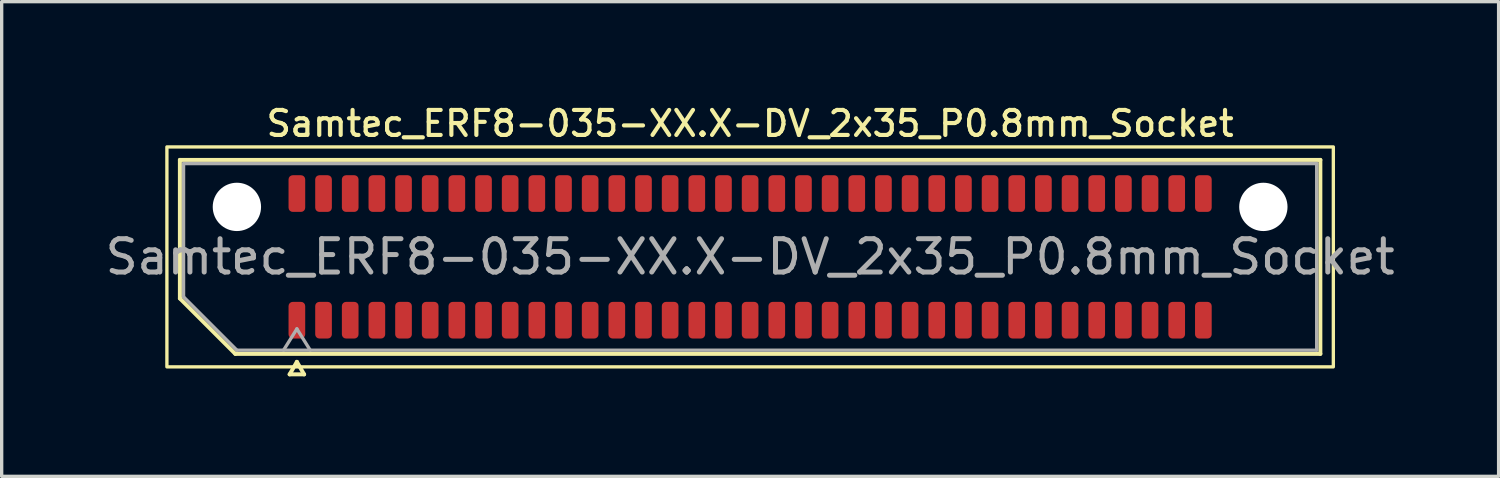
<source format=kicad_pcb>
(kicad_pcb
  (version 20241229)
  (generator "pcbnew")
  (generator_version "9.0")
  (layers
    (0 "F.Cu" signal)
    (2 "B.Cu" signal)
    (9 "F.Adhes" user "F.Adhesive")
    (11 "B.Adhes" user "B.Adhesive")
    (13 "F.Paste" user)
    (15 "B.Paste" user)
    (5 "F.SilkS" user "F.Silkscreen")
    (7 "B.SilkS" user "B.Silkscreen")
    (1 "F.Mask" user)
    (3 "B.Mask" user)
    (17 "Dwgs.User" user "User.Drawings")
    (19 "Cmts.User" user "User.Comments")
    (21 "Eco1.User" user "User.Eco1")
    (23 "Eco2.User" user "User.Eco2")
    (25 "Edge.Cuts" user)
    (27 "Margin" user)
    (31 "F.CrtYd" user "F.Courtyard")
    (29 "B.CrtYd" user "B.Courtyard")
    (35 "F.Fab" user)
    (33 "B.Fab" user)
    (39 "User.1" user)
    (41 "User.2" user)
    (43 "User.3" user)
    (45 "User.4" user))
  (footprint "Samtec_ERF8-035-XX.X-DV_2x35_P0.8mm_Socket"
    (layer "F.Cu")
    (at 19.458 4.658)
    (property "Reference" "Samtec_ERF8-035-XX.X-DV_2x35_P0.8mm_Socket" (at 0 -4 0) (layer "F.SilkS") (effects (font (size 0.75 0.75) (thickness 0.125))))
    (attr smd)
    (fp_line (start -17.11 -2.91) (end 17.11 -2.91) (stroke (width 0.12) (type solid)) (layer "F.SilkS"))
    (fp_line (start -17.11 1.246) (end -17.11 -2.91) (stroke (width 0.12) (type solid)) (layer "F.SilkS"))
    (fp_line (start -15.446 2.91) (end -17.11 1.246) (stroke (width 0.12) (type solid)) (layer "F.SilkS"))
    (fp_line (start -13.817 3.525) (end -13.6 3.15) (stroke (width 0.12) (type solid)) (layer "F.SilkS"))
    (fp_line (start -13.6 3.15) (end -13.383 3.525) (stroke (width 0.12) (type solid)) (layer "F.SilkS"))
    (fp_line (start -13.383 3.525) (end -13.817 3.525) (stroke (width 0.12) (type solid)) (layer "F.SilkS"))
    (fp_line (start 17.11 -2.91) (end 17.11 2.91) (stroke (width 0.12) (type solid)) (layer "F.SilkS"))
    (fp_line (start 17.11 2.91) (end -15.446 2.91) (stroke (width 0.12) (type solid)) (layer "F.SilkS"))
    (fp_rect (start -17.5 -3.3) (end 17.5 3.3) (stroke (width 0.1) (type solid)) (fill no) (layer "F.SilkS"))
    (fp_line (start -17 -2.8) (end 17 -2.8) (stroke (width 0.1) (type solid)) (layer "F.Fab"))
    (fp_line (start -17 1.2) (end -17 -2.8) (stroke (width 0.1) (type solid)) (layer "F.Fab"))
    (fp_line (start -15.4 2.8) (end -17 1.2) (stroke (width 0.1) (type solid)) (layer "F.Fab"))
    (fp_line (start -14 2.8) (end -13.6 2.16) (stroke (width 0.1) (type solid)) (layer "F.Fab"))
    (fp_line (start -13.6 2.16) (end -13.2 2.8) (stroke (width 0.1) (type solid)) (layer "F.Fab"))
    (fp_line (start 17 -2.8) (end 17 2.8) (stroke (width 0.1) (type solid)) (layer "F.Fab"))
    (fp_line (start 17 2.8) (end -15.4 2.8) (stroke (width 0.1) (type solid)) (layer "F.Fab"))
    (fp_text user "${REFERENCE}" (at 0 0 0) (layer "F.Fab") (effects (font (size 1 1) (thickness 0.15))))
    (pad "" np_thru_hole circle (at -15.4 -1.5) (size 1.45 1.45) (drill 1.45) (layers "*.Cu" "*.Mask"))
    (pad "" np_thru_hole circle (at 15.4 -1.5) (size 1.45 1.45) (drill 1.45) (layers "*.Cu" "*.Mask"))
    (pad "1" smd roundrect (at -13.6 1.9) (size 0.5 1.1) (layers "F.Cu" "F.Mask" "F.Paste") (roundrect_rratio 0.25))
    (pad "2" smd roundrect (at -13.6 -1.9) (size 0.5 1.1) (layers "F.Cu" "F.Mask" "F.Paste") (roundrect_rratio 0.25))
    (pad "3" smd roundrect (at -12.8 1.9) (size 0.5 1.1) (layers "F.Cu" "F.Mask" "F.Paste") (roundrect_rratio 0.25))
    (pad "4" smd roundrect (at -12.8 -1.9) (size 0.5 1.1) (layers "F.Cu" "F.Mask" "F.Paste") (roundrect_rratio 0.25))
    (pad "5" smd roundrect (at -12 1.9) (size 0.5 1.1) (layers "F.Cu" "F.Mask" "F.Paste") (roundrect_rratio 0.25))
    (pad "6" smd roundrect (at -12 -1.9) (size 0.5 1.1) (layers "F.Cu" "F.Mask" "F.Paste") (roundrect_rratio 0.25))
    (pad "7" smd roundrect (at -11.2 1.9) (size 0.5 1.1) (layers "F.Cu" "F.Mask" "F.Paste") (roundrect_rratio 0.25))
    (pad "8" smd roundrect (at -11.2 -1.9) (size 0.5 1.1) (layers "F.Cu" "F.Mask" "F.Paste") (roundrect_rratio 0.25))
    (pad "9" smd roundrect (at -10.4 1.9) (size 0.5 1.1) (layers "F.Cu" "F.Mask" "F.Paste") (roundrect_rratio 0.25))
    (pad "10" smd roundrect (at -10.4 -1.9) (size 0.5 1.1) (layers "F.Cu" "F.Mask" "F.Paste") (roundrect_rratio 0.25))
    (pad "11" smd roundrect (at -9.6 1.9) (size 0.5 1.1) (layers "F.Cu" "F.Mask" "F.Paste") (roundrect_rratio 0.25))
    (pad "12" smd roundrect (at -9.6 -1.9) (size 0.5 1.1) (layers "F.Cu" "F.Mask" "F.Paste") (roundrect_rratio 0.25))
    (pad "13" smd roundrect (at -8.8 1.9) (size 0.5 1.1) (layers "F.Cu" "F.Mask" "F.Paste") (roundrect_rratio 0.25))
    (pad "14" smd roundrect (at -8.8 -1.9) (size 0.5 1.1) (layers "F.Cu" "F.Mask" "F.Paste") (roundrect_rratio 0.25))
    (pad "15" smd roundrect (at -8 1.9) (size 0.5 1.1) (layers "F.Cu" "F.Mask" "F.Paste") (roundrect_rratio 0.25))
    (pad "16" smd roundrect (at -8 -1.9) (size 0.5 1.1) (layers "F.Cu" "F.Mask" "F.Paste") (roundrect_rratio 0.25))
    (pad "17" smd roundrect (at -7.2 1.9) (size 0.5 1.1) (layers "F.Cu" "F.Mask" "F.Paste") (roundrect_rratio 0.25))
    (pad "18" smd roundrect (at -7.2 -1.9) (size 0.5 1.1) (layers "F.Cu" "F.Mask" "F.Paste") (roundrect_rratio 0.25))
    (pad "19" smd roundrect (at -6.4 1.9) (size 0.5 1.1) (layers "F.Cu" "F.Mask" "F.Paste") (roundrect_rratio 0.25))
    (pad "20" smd roundrect (at -6.4 -1.9) (size 0.5 1.1) (layers "F.Cu" "F.Mask" "F.Paste") (roundrect_rratio 0.25))
    (pad "21" smd roundrect (at -5.6 1.9) (size 0.5 1.1) (layers "F.Cu" "F.Mask" "F.Paste") (roundrect_rratio 0.25))
    (pad "22" smd roundrect (at -5.6 -1.9) (size 0.5 1.1) (layers "F.Cu" "F.Mask" "F.Paste") (roundrect_rratio 0.25))
    (pad "23" smd roundrect (at -4.8 1.9) (size 0.5 1.1) (layers "F.Cu" "F.Mask" "F.Paste") (roundrect_rratio 0.25))
    (pad "24" smd roundrect (at -4.8 -1.9) (size 0.5 1.1) (layers "F.Cu" "F.Mask" "F.Paste") (roundrect_rratio 0.25))
    (pad "25" smd roundrect (at -4 1.9) (size 0.5 1.1) (layers "F.Cu" "F.Mask" "F.Paste") (roundrect_rratio 0.25))
    (pad "26" smd roundrect (at -4 -1.9) (size 0.5 1.1) (layers "F.Cu" "F.Mask" "F.Paste") (roundrect_rratio 0.25))
    (pad "27" smd roundrect (at -3.2 1.9) (size 0.5 1.1) (layers "F.Cu" "F.Mask" "F.Paste") (roundrect_rratio 0.25))
    (pad "28" smd roundrect (at -3.2 -1.9) (size 0.5 1.1) (layers "F.Cu" "F.Mask" "F.Paste") (roundrect_rratio 0.25))
    (pad "29" smd roundrect (at -2.4 1.9) (size 0.5 1.1) (layers "F.Cu" "F.Mask" "F.Paste") (roundrect_rratio 0.25))
    (pad "30" smd roundrect (at -2.4 -1.9) (size 0.5 1.1) (layers "F.Cu" "F.Mask" "F.Paste") (roundrect_rratio 0.25))
    (pad "31" smd roundrect (at -1.6 1.9) (size 0.5 1.1) (layers "F.Cu" "F.Mask" "F.Paste") (roundrect_rratio 0.25))
    (pad "32" smd roundrect (at -1.6 -1.9) (size 0.5 1.1) (layers "F.Cu" "F.Mask" "F.Paste") (roundrect_rratio 0.25))
    (pad "33" smd roundrect (at -0.8 1.9) (size 0.5 1.1) (layers "F.Cu" "F.Mask" "F.Paste") (roundrect_rratio 0.25))
    (pad "34" smd roundrect (at -0.8 -1.9) (size 0.5 1.1) (layers "F.Cu" "F.Mask" "F.Paste") (roundrect_rratio 0.25))
    (pad "35" smd roundrect (at 0 1.9) (size 0.5 1.1) (layers "F.Cu" "F.Mask" "F.Paste") (roundrect_rratio 0.25))
    (pad "36" smd roundrect (at 0 -1.9) (size 0.5 1.1) (layers "F.Cu" "F.Mask" "F.Paste") (roundrect_rratio 0.25))
    (pad "37" smd roundrect (at 0.8 1.9) (size 0.5 1.1) (layers "F.Cu" "F.Mask" "F.Paste") (roundrect_rratio 0.25))
    (pad "38" smd roundrect (at 0.8 -1.9) (size 0.5 1.1) (layers "F.Cu" "F.Mask" "F.Paste") (roundrect_rratio 0.25))
    (pad "39" smd roundrect (at 1.6 1.9) (size 0.5 1.1) (layers "F.Cu" "F.Mask" "F.Paste") (roundrect_rratio 0.25))
    (pad "40" smd roundrect (at 1.6 -1.9) (size 0.5 1.1) (layers "F.Cu" "F.Mask" "F.Paste") (roundrect_rratio 0.25))
    (pad "41" smd roundrect (at 2.4 1.9) (size 0.5 1.1) (layers "F.Cu" "F.Mask" "F.Paste") (roundrect_rratio 0.25))
    (pad "42" smd roundrect (at 2.4 -1.9) (size 0.5 1.1) (layers "F.Cu" "F.Mask" "F.Paste") (roundrect_rratio 0.25))
    (pad "43" smd roundrect (at 3.2 1.9) (size 0.5 1.1) (layers "F.Cu" "F.Mask" "F.Paste") (roundrect_rratio 0.25))
    (pad "44" smd roundrect (at 3.2 -1.9) (size 0.5 1.1) (layers "F.Cu" "F.Mask" "F.Paste") (roundrect_rratio 0.25))
    (pad "45" smd roundrect (at 4 1.9) (size 0.5 1.1) (layers "F.Cu" "F.Mask" "F.Paste") (roundrect_rratio 0.25))
    (pad "46" smd roundrect (at 4 -1.9) (size 0.5 1.1) (layers "F.Cu" "F.Mask" "F.Paste") (roundrect_rratio 0.25))
    (pad "47" smd roundrect (at 4.8 1.9) (size 0.5 1.1) (layers "F.Cu" "F.Mask" "F.Paste") (roundrect_rratio 0.25))
    (pad "48" smd roundrect (at 4.8 -1.9) (size 0.5 1.1) (layers "F.Cu" "F.Mask" "F.Paste") (roundrect_rratio 0.25))
    (pad "49" smd roundrect (at 5.6 1.9) (size 0.5 1.1) (layers "F.Cu" "F.Mask" "F.Paste") (roundrect_rratio 0.25))
    (pad "50" smd roundrect (at 5.6 -1.9) (size 0.5 1.1) (layers "F.Cu" "F.Mask" "F.Paste") (roundrect_rratio 0.25))
    (pad "51" smd roundrect (at 6.4 1.9) (size 0.5 1.1) (layers "F.Cu" "F.Mask" "F.Paste") (roundrect_rratio 0.25))
    (pad "52" smd roundrect (at 6.4 -1.9) (size 0.5 1.1) (layers "F.Cu" "F.Mask" "F.Paste") (roundrect_rratio 0.25))
    (pad "53" smd roundrect (at 7.2 1.9) (size 0.5 1.1) (layers "F.Cu" "F.Mask" "F.Paste") (roundrect_rratio 0.25))
    (pad "54" smd roundrect (at 7.2 -1.9) (size 0.5 1.1) (layers "F.Cu" "F.Mask" "F.Paste") (roundrect_rratio 0.25))
    (pad "55" smd roundrect (at 8 1.9) (size 0.5 1.1) (layers "F.Cu" "F.Mask" "F.Paste") (roundrect_rratio 0.25))
    (pad "56" smd roundrect (at 8 -1.9) (size 0.5 1.1) (layers "F.Cu" "F.Mask" "F.Paste") (roundrect_rratio 0.25))
    (pad "57" smd roundrect (at 8.8 1.9) (size 0.5 1.1) (layers "F.Cu" "F.Mask" "F.Paste") (roundrect_rratio 0.25))
    (pad "58" smd roundrect (at 8.8 -1.9) (size 0.5 1.1) (layers "F.Cu" "F.Mask" "F.Paste") (roundrect_rratio 0.25))
    (pad "59" smd roundrect (at 9.6 1.9) (size 0.5 1.1) (layers "F.Cu" "F.Mask" "F.Paste") (roundrect_rratio 0.25))
    (pad "60" smd roundrect (at 9.6 -1.9) (size 0.5 1.1) (layers "F.Cu" "F.Mask" "F.Paste") (roundrect_rratio 0.25))
    (pad "61" smd roundrect (at 10.4 1.9) (size 0.5 1.1) (layers "F.Cu" "F.Mask" "F.Paste") (roundrect_rratio 0.25))
    (pad "62" smd roundrect (at 10.4 -1.9) (size 0.5 1.1) (layers "F.Cu" "F.Mask" "F.Paste") (roundrect_rratio 0.25))
    (pad "63" smd roundrect (at 11.2 1.9) (size 0.5 1.1) (layers "F.Cu" "F.Mask" "F.Paste") (roundrect_rratio 0.25))
    (pad "64" smd roundrect (at 11.2 -1.9) (size 0.5 1.1) (layers "F.Cu" "F.Mask" "F.Paste") (roundrect_rratio 0.25))
    (pad "65" smd roundrect (at 12 1.9) (size 0.5 1.1) (layers "F.Cu" "F.Mask" "F.Paste") (roundrect_rratio 0.25))
    (pad "66" smd roundrect (at 12 -1.9) (size 0.5 1.1) (layers "F.Cu" "F.Mask" "F.Paste") (roundrect_rratio 0.25))
    (pad "67" smd roundrect (at 12.8 1.9) (size 0.5 1.1) (layers "F.Cu" "F.Mask" "F.Paste") (roundrect_rratio 0.25))
    (pad "68" smd roundrect (at 12.8 -1.9) (size 0.5 1.1) (layers "F.Cu" "F.Mask" "F.Paste") (roundrect_rratio 0.25))
    (pad "69" smd roundrect (at 13.6 1.9) (size 0.5 1.1) (layers "F.Cu" "F.Mask" "F.Paste") (roundrect_rratio 0.25))
    (pad "70" smd roundrect (at 13.6 -1.9) (size 0.5 1.1) (layers "F.Cu" "F.Mask" "F.Paste") (roundrect_rratio 0.25)))
  (gr_rect
    (start -3 -3)
    (end 41.917 11.243)
    (stroke (width 0.1) (type default))
    (fill no)
    (layer "Edge.Cuts")))
</source>
